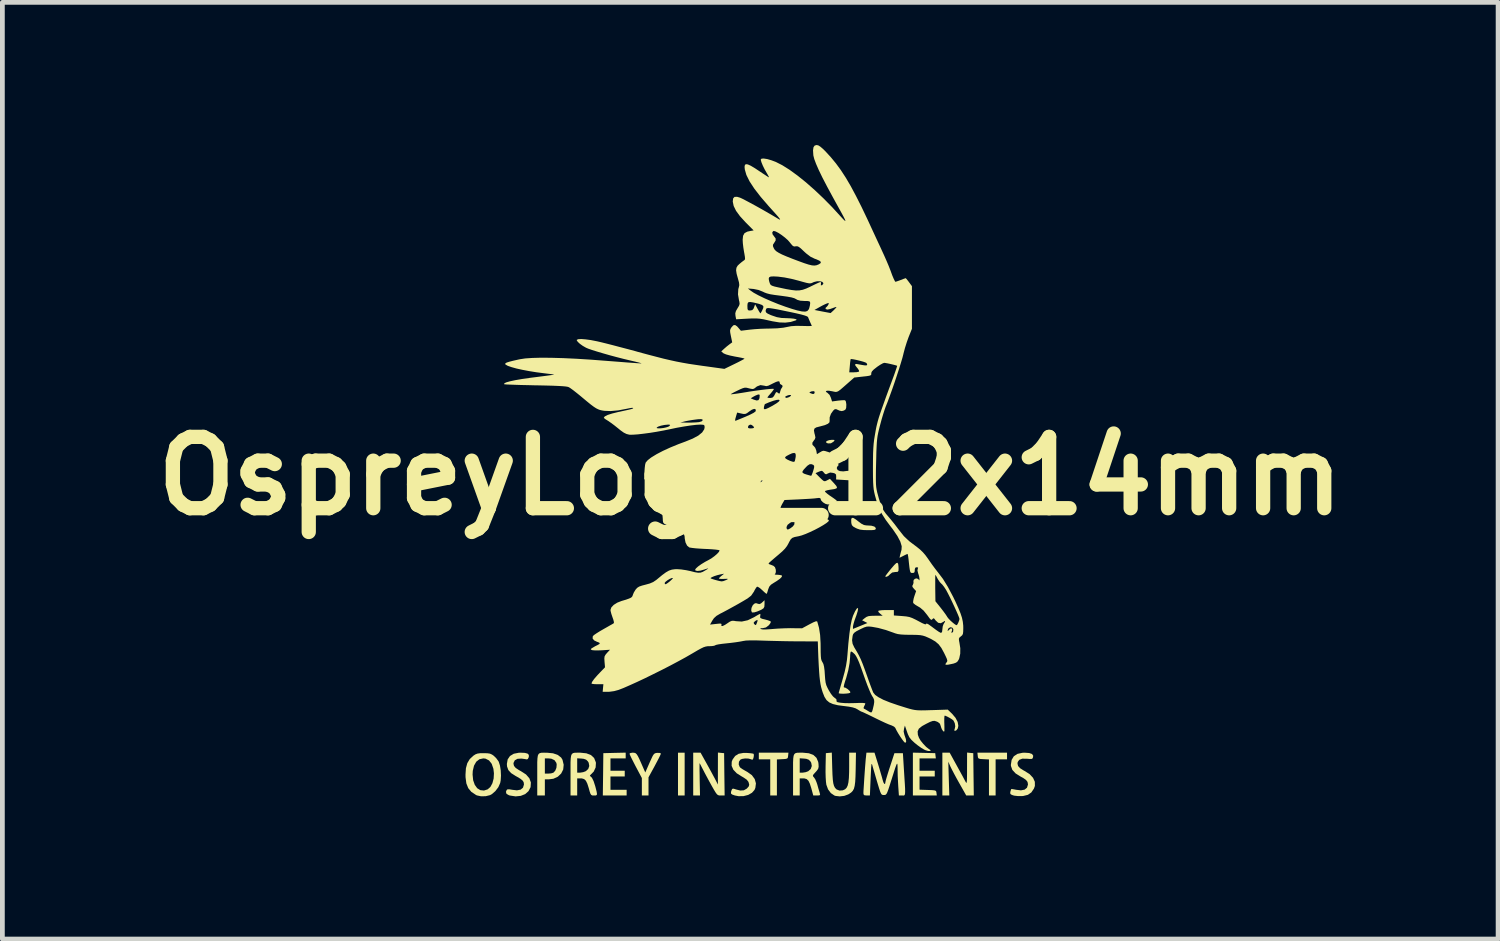
<source format=kicad_pcb>
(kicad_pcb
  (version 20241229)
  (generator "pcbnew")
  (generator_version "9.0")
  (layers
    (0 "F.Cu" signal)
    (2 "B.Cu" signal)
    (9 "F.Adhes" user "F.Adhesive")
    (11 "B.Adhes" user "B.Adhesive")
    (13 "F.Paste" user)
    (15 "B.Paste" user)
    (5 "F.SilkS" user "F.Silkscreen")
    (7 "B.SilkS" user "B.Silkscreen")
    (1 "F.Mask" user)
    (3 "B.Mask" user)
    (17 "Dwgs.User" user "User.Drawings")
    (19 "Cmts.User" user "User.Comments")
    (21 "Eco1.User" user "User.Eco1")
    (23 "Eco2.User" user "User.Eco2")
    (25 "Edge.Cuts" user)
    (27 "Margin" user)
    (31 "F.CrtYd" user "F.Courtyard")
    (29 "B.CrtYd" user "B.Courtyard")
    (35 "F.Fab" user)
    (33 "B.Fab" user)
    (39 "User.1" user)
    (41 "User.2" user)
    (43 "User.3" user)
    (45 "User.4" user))
  (footprint "OspreyLogo_12x14mm"
    (layer "F.Cu")
    (at 12.729 6.96)
    (property "Reference" "OspreyLogo_12x14mm" (at 0 0 0) (layer "F.SilkS") (effects (font (size 1.5 1.5) (thickness 0.3))))
    (attr board_only exclude_from_pos_files exclude_from_bom)
    (fp_poly (pts (xy -1.38 6.27) (xy -1.38 6.72) (xy -1.45 6.72) (xy -1.52 6.72) (xy -1.52 6.27) (xy -1.52 5.82) (xy -1.45 5.82) (xy -1.38 5.82)) (stroke (width 0) (type solid)) (fill yes) (layer "F.SilkS"))
    (fp_poly (pts (xy 1.765 -0.758) (xy 1.773 -0.749) (xy 1.752 -0.722) (xy 1.75 -0.72) (xy 1.695 -0.686) (xy 1.633 -0.685) (xy 1.602 -0.698) (xy 1.592 -0.718) (xy 1.614 -0.737) (xy 1.658 -0.753) (xy 1.716 -0.76) (xy 1.722 -0.76)) (stroke (width 0) (type solid)) (fill yes) (layer "F.SilkS"))
    (fp_poly (pts (xy 1.929 0.588) (xy 1.974 0.606) (xy 2.009 0.627) (xy 2.02 0.64) (xy 2.003 0.659) (xy 1.962 0.679) (xy 1.912 0.695) (xy 1.874 0.7) (xy 1.824 0.69) (xy 1.8 0.679) (xy 1.783 0.661) (xy 1.795 0.64) (xy 1.817 0.62) (xy 1.859 0.591) (xy 1.891 0.58)) (stroke (width 0) (type solid)) (fill yes) (layer "F.SilkS"))
    (fp_poly (pts (xy 0.796 5.885) (xy 0.791 5.922) (xy 0.777 5.942) (xy 0.745 5.951) (xy 0.684 5.956) (xy 0.675 5.956) (xy 0.56 5.962) (xy 0.56 6.341) (xy 0.56 6.72) (xy 0.49 6.72) (xy 0.42 6.72) (xy 0.42 6.34) (xy 0.42 5.96) (xy 0.3 5.96) (xy 0.18 5.96) (xy 0.18 5.89) (xy 0.18 5.82) (xy 0.491 5.82) (xy 0.803 5.82)) (stroke (width 0) (type solid)) (fill yes) (layer "F.SilkS"))
    (fp_poly (pts (xy 5.4 5.89) (xy 5.4 5.96) (xy 5.28 5.96) (xy 5.16 5.96) (xy 5.16 6.34) (xy 5.16 6.72) (xy 5.09 6.72) (xy 5.02 6.72) (xy 5.02 6.341) (xy 5.02 5.962) (xy 4.905 5.956) (xy 4.84 5.952) (xy 4.805 5.943) (xy 4.79 5.924) (xy 4.784 5.89) (xy 4.784 5.885) (xy 4.777 5.82) (xy 5.089 5.82) (xy 5.4 5.82)) (stroke (width 0) (type solid)) (fill yes) (layer "F.SilkS"))
    (fp_poly (pts (xy 0.3 2.696) (xy 0.296 2.751) (xy 0.278 2.784) (xy 0.235 2.812) (xy 0.225 2.817) (xy 0.148 2.85) (xy 0.084 2.869) (xy 0.042 2.871) (xy 0.033 2.866) (xy 0.02 2.828) (xy 0.026 2.775) (xy 0.05 2.723) (xy 0.062 2.708) (xy 0.098 2.678) (xy 0.132 2.677) (xy 0.152 2.685) (xy 0.191 2.695) (xy 0.225 2.681) (xy 0.25 2.66) (xy 0.3 2.613)) (stroke (width 0) (type solid)) (fill yes) (layer "F.SilkS"))
    (fp_poly (pts (xy 3.111 1.85) (xy 3.117 1.906) (xy 3.119 1.945) (xy 3.117 1.994) (xy 3.103 2.015) (xy 3.064 2.02) (xy 3.048 2.02) (xy 2.984 2.031) (xy 2.937 2.069) (xy 2.936 2.07) (xy 2.903 2.102) (xy 2.868 2.12) (xy 2.844 2.119) (xy 2.84 2.11) (xy 2.852 2.091) (xy 2.884 2.048) (xy 2.93 1.99) (xy 2.964 1.948) (xy 3.027 1.875) (xy 3.069 1.834) (xy 3.096 1.826)) (stroke (width 0) (type solid)) (fill yes) (layer "F.SilkS"))
    (fp_poly (pts (xy -2.62 5.879) (xy -2.62 5.94) (xy -2.78 5.94) (xy -2.94 5.94) (xy -2.94 6.07) (xy -2.94 6.2) (xy -2.79 6.2) (xy -2.64 6.2) (xy -2.64 6.26) (xy -2.64 6.32) (xy -2.79 6.32) (xy -2.94 6.32) (xy -2.94 6.46) (xy -2.94 6.6) (xy -2.77 6.6) (xy -2.6 6.6) (xy -2.6 6.66) (xy -2.6 6.72) (xy -2.85 6.72) (xy -3.101 6.72) (xy -3.095 6.275) (xy -3.09 5.83) (xy -2.855 5.824) (xy -2.62 5.819)) (stroke (width 0) (type solid)) (fill yes) (layer "F.SilkS"))
    (fp_poly (pts (xy 2.168 0.883) (xy 2.22 0.915) (xy 2.264 0.949) (xy 2.334 1.002) (xy 2.389 1.031) (xy 2.439 1.04) (xy 2.445 1.04) (xy 2.545 1.046) (xy 2.61 1.064) (xy 2.639 1.093) (xy 2.64 1.103) (xy 2.636 1.121) (xy 2.619 1.132) (xy 2.582 1.138) (xy 2.515 1.14) (xy 2.474 1.14) (xy 2.378 1.137) (xy 2.307 1.128) (xy 2.248 1.108) (xy 2.219 1.095) (xy 2.165 1.064) (xy 2.137 1.034) (xy 2.126 0.993) (xy 2.124 0.972) (xy 2.123 0.911) (xy 2.137 0.881)) (stroke (width 0) (type solid)) (fill yes) (layer "F.SilkS"))
    (fp_poly (pts (xy 3.655 5.824) (xy 3.89 5.83) (xy 3.896 5.885) (xy 3.903 5.94) (xy 3.731 5.94) (xy 3.56 5.94) (xy 3.56 6.07) (xy 3.56 6.2) (xy 3.72 6.2) (xy 3.88 6.2) (xy 3.88 6.26) (xy 3.88 6.32) (xy 3.72 6.32) (xy 3.56 6.32) (xy 3.56 6.459) (xy 3.56 6.598) (xy 3.735 6.604) (xy 3.819 6.607) (xy 3.871 6.612) (xy 3.899 6.621) (xy 3.911 6.636) (xy 3.916 6.662) (xy 3.916 6.665) (xy 3.923 6.72) (xy 3.671 6.72) (xy 3.42 6.72) (xy 3.42 6.269) (xy 3.42 5.819)) (stroke (width 0) (type solid)) (fill yes) (layer "F.SilkS"))
    (fp_poly (pts (xy 4.625 5.824) (xy 4.69 5.83) (xy 4.695 6.275) (xy 4.701 6.72) (xy 4.622 6.72) (xy 4.542 6.72) (xy 4.398 6.465) (xy 4.342 6.365) (xy 4.289 6.267) (xy 4.245 6.183) (xy 4.214 6.121) (xy 4.209 6.11) (xy 4.165 6.01) (xy 4.175 6.365) (xy 4.186 6.72) (xy 4.113 6.72) (xy 4.04 6.72) (xy 4.04 6.27) (xy 4.04 5.82) (xy 4.117 5.82) (xy 4.194 5.82) (xy 4.345 6.095) (xy 4.4 6.195) (xy 4.45 6.286) (xy 4.491 6.362) (xy 4.519 6.415) (xy 4.527 6.43) (xy 4.539 6.45) (xy 4.547 6.455) (xy 4.552 6.442) (xy 4.556 6.405) (xy 4.558 6.341) (xy 4.559 6.245) (xy 4.559 6.154) (xy 4.56 5.817)) (stroke (width 0) (type solid)) (fill yes) (layer "F.SilkS"))
    (fp_poly (pts (xy -2.439 5.822) (xy -2.413 5.83) (xy -2.39 5.851) (xy -2.364 5.891) (xy -2.333 5.953) (xy -2.292 6.045) (xy -2.271 6.093) (xy -2.208 6.236) (xy -2.119 6.033) (xy -2.079 5.945) (xy -2.051 5.886) (xy -2.028 5.852) (xy -2.006 5.834) (xy -1.979 5.826) (xy -1.954 5.824) (xy -1.903 5.825) (xy -1.88 5.837) (xy -1.88 5.84) (xy -1.889 5.864) (xy -1.914 5.917) (xy -1.952 5.99) (xy -1.998 6.077) (xy -2.01 6.1) (xy -2.14 6.338) (xy -2.14 6.529) (xy -2.14 6.72) (xy -2.21 6.72) (xy -2.28 6.72) (xy -2.28 6.537) (xy -2.28 6.353) (xy -2.41 6.108) (xy -2.457 6.017) (xy -2.497 5.938) (xy -2.525 5.879) (xy -2.539 5.845) (xy -2.54 5.841) (xy -2.522 5.827) (xy -2.479 5.82) (xy -2.471 5.82)) (stroke (width 0) (type solid)) (fill yes) (layer "F.SilkS"))
    (fp_poly (pts (xy -0.615 5.824) (xy -0.55 5.83) (xy -0.545 6.275) (xy -0.539 6.72) (xy -0.618 6.72) (xy -0.652 6.719) (xy -0.678 6.712) (xy -0.702 6.693) (xy -0.73 6.655) (xy -0.767 6.594) (xy -0.806 6.525) (xy -0.861 6.426) (xy -0.917 6.322) (xy -0.967 6.228) (xy -0.989 6.185) (xy -1.024 6.118) (xy -1.05 6.067) (xy -1.065 6.042) (xy -1.066 6.04) (xy -1.067 6.059) (xy -1.067 6.111) (xy -1.067 6.191) (xy -1.065 6.291) (xy -1.064 6.38) (xy -1.057 6.72) (xy -1.129 6.72) (xy -1.2 6.72) (xy -1.2 6.27) (xy -1.2 5.82) (xy -1.122 5.82) (xy -1.045 5.82) (xy -0.914 6.055) (xy -0.86 6.153) (xy -0.808 6.248) (xy -0.764 6.33) (xy -0.733 6.388) (xy -0.732 6.39) (xy -0.681 6.49) (xy -0.681 6.154) (xy -0.68 5.817)) (stroke (width 0) (type solid)) (fill yes) (layer "F.SilkS"))
    (fp_poly (pts (xy -4.272 5.821) (xy -4.27 5.821) (xy -4.147 5.833) (xy -4.047 5.868) (xy -3.977 5.923) (xy -3.949 5.969) (xy -3.924 6.074) (xy -3.934 6.173) (xy -3.977 6.258) (xy -4.047 6.325) (xy -4.14 6.368) (xy -4.235 6.38) (xy -4.32 6.38) (xy -4.32 6.55) (xy -4.32 6.72) (xy -4.4 6.72) (xy -4.48 6.72) (xy -4.48 6.282) (xy -4.48 6.135) (xy -4.48 6.1) (xy -4.32 6.1) (xy -4.32 6.26) (xy -4.249 6.26) (xy -4.189 6.255) (xy -4.142 6.241) (xy -4.14 6.24) (xy -4.102 6.2) (xy -4.077 6.138) (xy -4.071 6.071) (xy -4.078 6.034) (xy -4.118 5.977) (xy -4.185 5.946) (xy -4.249 5.94) (xy -4.32 5.94) (xy -4.32 6.1) (xy -4.48 6.1) (xy -4.48 6.022) (xy -4.476 5.94) (xy -4.468 5.883) (xy -4.452 5.848) (xy -4.427 5.829) (xy -4.39 5.821) (xy -4.339 5.82)) (stroke (width 0) (type solid)) (fill yes) (layer "F.SilkS"))
    (fp_poly (pts (xy 1.724 6.144) (xy 1.729 6.282) (xy 1.736 6.387) (xy 1.746 6.463) (xy 1.761 6.518) (xy 1.782 6.558) (xy 1.809 6.587) (xy 1.818 6.594) (xy 1.877 6.617) (xy 1.946 6.612) (xy 1.995 6.589) (xy 2.025 6.559) (xy 2.048 6.513) (xy 2.064 6.446) (xy 2.074 6.353) (xy 2.079 6.23) (xy 2.08 6.115) (xy 2.08 5.82) (xy 2.152 5.82) (xy 2.223 5.82) (xy 2.217 6.175) (xy 2.213 6.321) (xy 2.207 6.432) (xy 2.196 6.516) (xy 2.18 6.578) (xy 2.155 6.623) (xy 2.121 6.658) (xy 2.075 6.689) (xy 2.059 6.698) (xy 1.977 6.728) (xy 1.882 6.739) (xy 1.794 6.729) (xy 1.77 6.721) (xy 1.695 6.67) (xy 1.636 6.591) (xy 1.6 6.493) (xy 1.592 6.432) (xy 1.586 6.341) (xy 1.583 6.232) (xy 1.584 6.116) (xy 1.584 6.11) (xy 1.59 5.83) (xy 1.652 5.824) (xy 1.715 5.818)) (stroke (width 0) (type solid)) (fill yes) (layer "F.SilkS"))
    (fp_poly (pts (xy -4.741 5.824) (xy -4.684 5.839) (xy -4.657 5.866) (xy -4.657 5.907) (xy -4.659 5.915) (xy -4.679 5.954) (xy -4.702 5.961) (xy -4.739 5.954) (xy -4.796 5.946) (xy -4.816 5.944) (xy -4.896 5.949) (xy -4.952 5.98) (xy -4.978 6.032) (xy -4.98 6.052) (xy -4.969 6.098) (xy -4.933 6.141) (xy -4.865 6.186) (xy -4.823 6.209) (xy -4.716 6.278) (xy -4.646 6.358) (xy -4.614 6.446) (xy -4.62 6.542) (xy -4.621 6.546) (xy -4.664 6.629) (xy -4.734 6.691) (xy -4.827 6.728) (xy -4.936 6.739) (xy -5.054 6.721) (xy -5.075 6.715) (xy -5.126 6.686) (xy -5.139 6.645) (xy -5.123 6.604) (xy -5.104 6.59) (xy -5.066 6.59) (xy -5.009 6.6) (xy -4.907 6.612) (xy -4.83 6.597) (xy -4.78 6.556) (xy -4.76 6.491) (xy -4.76 6.482) (xy -4.766 6.441) (xy -4.788 6.406) (xy -4.833 6.369) (xy -4.907 6.325) (xy -4.936 6.309) (xy -5.03 6.249) (xy -5.088 6.185) (xy -5.115 6.11) (xy -5.119 6.057) (xy -5.102 5.961) (xy -5.053 5.889) (xy -4.974 5.842) (xy -4.867 5.821) (xy -4.834 5.82)) (stroke (width 0) (type solid)) (fill yes) (layer "F.SilkS"))
    (fp_poly (pts (xy 5.866 5.827) (xy 5.925 5.847) (xy 5.95 5.882) (xy 5.947 5.914) (xy 5.938 5.939) (xy 5.919 5.951) (xy 5.88 5.952) (xy 5.818 5.947) (xy 5.721 5.946) (xy 5.657 5.97) (xy 5.624 6.017) (xy 5.62 6.052) (xy 5.633 6.101) (xy 5.674 6.146) (xy 5.748 6.193) (xy 5.767 6.203) (xy 5.874 6.27) (xy 5.947 6.348) (xy 5.985 6.432) (xy 5.986 6.519) (xy 5.966 6.575) (xy 5.911 6.656) (xy 5.839 6.706) (xy 5.742 6.73) (xy 5.705 6.733) (xy 5.628 6.732) (xy 5.556 6.724) (xy 5.524 6.716) (xy 5.48 6.697) (xy 5.466 6.673) (xy 5.47 6.642) (xy 5.482 6.601) (xy 5.489 6.584) (xy 5.51 6.585) (xy 5.557 6.593) (xy 5.592 6.6) (xy 5.693 6.612) (xy 5.77 6.597) (xy 5.82 6.556) (xy 5.84 6.491) (xy 5.84 6.482) (xy 5.831 6.434) (xy 5.799 6.393) (xy 5.739 6.351) (xy 5.687 6.323) (xy 5.58 6.256) (xy 5.511 6.181) (xy 5.482 6.098) (xy 5.481 6.073) (xy 5.497 5.971) (xy 5.543 5.895) (xy 5.619 5.845) (xy 5.725 5.822) (xy 5.771 5.82)) (stroke (width 0) (type solid)) (fill yes) (layer "F.SilkS"))
    (fp_poly (pts (xy -5.53 5.832) (xy -5.475 5.84) (xy -5.432 5.859) (xy -5.396 5.884) (xy -5.341 5.938) (xy -5.295 6.001) (xy -5.289 6.014) (xy -5.264 6.091) (xy -5.248 6.193) (xy -5.243 6.302) (xy -5.249 6.403) (xy -5.259 6.456) (xy -5.298 6.545) (xy -5.361 6.628) (xy -5.435 6.692) (xy -5.474 6.713) (xy -5.564 6.735) (xy -5.662 6.737) (xy -5.75 6.718) (xy -5.77 6.708) (xy -5.865 6.645) (xy -5.931 6.566) (xy -5.971 6.466) (xy -5.988 6.338) (xy -5.989 6.28) (xy -5.84 6.28) (xy -5.828 6.399) (xy -5.794 6.496) (xy -5.743 6.567) (xy -5.677 6.608) (xy -5.6 6.616) (xy -5.523 6.591) (xy -5.466 6.541) (xy -5.423 6.462) (xy -5.397 6.363) (xy -5.391 6.254) (xy -5.402 6.159) (xy -5.438 6.054) (xy -5.494 5.983) (xy -5.568 5.945) (xy -5.615 5.94) (xy -5.697 5.958) (xy -5.763 6.01) (xy -5.81 6.093) (xy -5.836 6.202) (xy -5.84 6.28) (xy -5.989 6.28) (xy -5.98 6.146) (xy -5.951 6.04) (xy -5.9 5.955) (xy -5.827 5.886) (xy -5.782 5.856) (xy -5.738 5.839) (xy -5.682 5.831) (xy -5.61 5.83)) (stroke (width 0) (type solid)) (fill yes) (layer "F.SilkS"))
    (fp_poly (pts (xy -0.076 5.825) (xy -0.006 5.83) (xy 0.047 5.837) (xy 0.071 5.844) (xy 0.076 5.871) (xy 0.071 5.917) (xy 0.07 5.918) (xy 0.057 5.959) (xy 0.039 5.968) (xy 0.02 5.96) (xy -0.036 5.944) (xy -0.107 5.941) (xy -0.173 5.951) (xy -0.209 5.967) (xy -0.238 6.01) (xy -0.243 6.067) (xy -0.222 6.12) (xy -0.204 6.139) (xy -0.164 6.166) (xy -0.104 6.201) (xy -0.061 6.225) (xy 0.034 6.293) (xy 0.094 6.375) (xy 0.119 6.465) (xy 0.107 6.56) (xy 0.089 6.603) (xy 0.036 6.663) (xy -0.043 6.708) (xy -0.14 6.733) (xy -0.244 6.735) (xy -0.323 6.72) (xy -0.38 6.7) (xy -0.405 6.679) (xy -0.405 6.647) (xy -0.398 6.622) (xy -0.383 6.586) (xy -0.363 6.575) (xy -0.326 6.584) (xy -0.304 6.592) (xy -0.209 6.616) (xy -0.135 6.611) (xy -0.076 6.577) (xy -0.069 6.571) (xy -0.032 6.529) (xy -0.022 6.493) (xy -0.035 6.444) (xy -0.039 6.432) (xy -0.075 6.387) (xy -0.147 6.338) (xy -0.177 6.321) (xy -0.285 6.253) (xy -0.357 6.177) (xy -0.392 6.096) (xy -0.39 6.011) (xy -0.371 5.962) (xy -0.317 5.888) (xy -0.244 5.843) (xy -0.146 5.825)) (stroke (width 0) (type solid)) (fill yes) (layer "F.SilkS"))
    (fp_poly (pts (xy -3.576 5.82) (xy -3.574 5.82) (xy -3.447 5.833) (xy -3.35 5.87) (xy -3.284 5.932) (xy -3.249 6.019) (xy -3.246 6.035) (xy -3.252 6.13) (xy -3.292 6.217) (xy -3.345 6.271) (xy -3.373 6.299) (xy -3.365 6.314) (xy -3.33 6.347) (xy -3.295 6.418) (xy -3.26 6.526) (xy -3.252 6.557) (xy -3.232 6.636) (xy -3.224 6.684) (xy -3.228 6.709) (xy -3.248 6.719) (xy -3.283 6.72) (xy -3.288 6.72) (xy -3.322 6.719) (xy -3.344 6.709) (xy -3.361 6.684) (xy -3.378 6.635) (xy -3.397 6.565) (xy -3.427 6.471) (xy -3.457 6.41) (xy -3.494 6.375) (xy -3.543 6.361) (xy -3.574 6.36) (xy -3.64 6.36) (xy -3.64 6.54) (xy -3.64 6.72) (xy -3.71 6.72) (xy -3.78 6.72) (xy -3.78 6.282) (xy -3.78 6.135) (xy -3.78 6.089) (xy -3.64 6.089) (xy -3.64 6.24) (xy -3.579 6.24) (xy -3.515 6.23) (xy -3.461 6.21) (xy -3.408 6.163) (xy -3.386 6.1) (xy -3.398 6.032) (xy -3.415 6.003) (xy -3.452 5.967) (xy -3.502 5.949) (xy -3.547 5.944) (xy -3.64 5.938) (xy -3.64 6.089) (xy -3.78 6.089) (xy -3.78 6.022) (xy -3.776 5.94) (xy -3.768 5.884) (xy -3.752 5.848) (xy -3.727 5.829) (xy -3.691 5.821) (xy -3.641 5.82)) (stroke (width 0) (type solid)) (fill yes) (layer "F.SilkS"))
    (fp_poly (pts (xy 1.104 5.82) (xy 1.106 5.82) (xy 1.232 5.832) (xy 1.328 5.868) (xy 1.393 5.929) (xy 1.429 6.015) (xy 1.435 6.056) (xy 1.438 6.117) (xy 1.428 6.159) (xy 1.398 6.201) (xy 1.374 6.228) (xy 1.333 6.272) (xy 1.317 6.299) (xy 1.322 6.32) (xy 1.341 6.341) (xy 1.367 6.38) (xy 1.394 6.443) (xy 1.411 6.494) (xy 1.431 6.568) (xy 1.451 6.633) (xy 1.46 6.665) (xy 1.469 6.701) (xy 1.459 6.716) (xy 1.42 6.72) (xy 1.401 6.72) (xy 1.325 6.72) (xy 1.283 6.565) (xy 1.253 6.471) (xy 1.223 6.41) (xy 1.186 6.375) (xy 1.137 6.361) (xy 1.106 6.36) (xy 1.04 6.36) (xy 1.04 6.54) (xy 1.04 6.72) (xy 0.97 6.72) (xy 0.9 6.72) (xy 0.9 6.282) (xy 0.9 6.135) (xy 0.9 6.089) (xy 1.04 6.089) (xy 1.04 6.24) (xy 1.101 6.24) (xy 1.165 6.23) (xy 1.219 6.21) (xy 1.272 6.163) (xy 1.294 6.1) (xy 1.282 6.032) (xy 1.265 6.003) (xy 1.228 5.967) (xy 1.178 5.949) (xy 1.133 5.944) (xy 1.04 5.938) (xy 1.04 6.089) (xy 0.9 6.089) (xy 0.9 6.022) (xy 0.904 5.94) (xy 0.912 5.884) (xy 0.928 5.848) (xy 0.953 5.829) (xy 0.989 5.821) (xy 1.039 5.82)) (stroke (width 0) (type solid)) (fill yes) (layer "F.SilkS"))
    (fp_poly (pts (xy 2.686 6.055) (xy 2.717 6.157) (xy 2.745 6.254) (xy 2.769 6.335) (xy 2.782 6.385) (xy 2.8 6.443) (xy 2.819 6.475) (xy 2.834 6.478) (xy 2.841 6.447) (xy 2.841 6.445) (xy 2.847 6.414) (xy 2.864 6.353) (xy 2.889 6.27) (xy 2.92 6.171) (xy 2.937 6.12) (xy 3.032 5.83) (xy 3.121 5.83) (xy 3.21 5.83) (xy 3.233 6.2) (xy 3.243 6.358) (xy 3.251 6.48) (xy 3.256 6.571) (xy 3.257 6.636) (xy 3.255 6.679) (xy 3.249 6.705) (xy 3.239 6.717) (xy 3.225 6.721) (xy 3.205 6.72) (xy 3.193 6.72) (xy 3.126 6.72) (xy 3.113 6.537) (xy 3.107 6.427) (xy 3.101 6.304) (xy 3.099 6.194) (xy 3.099 6.182) (xy 3.098 6.117) (xy 3.096 6.073) (xy 3.091 6.052) (xy 3.082 6.056) (xy 3.068 6.088) (xy 3.045 6.151) (xy 3.015 6.246) (xy 2.974 6.376) (xy 2.966 6.4) (xy 2.93 6.515) (xy 2.903 6.597) (xy 2.882 6.653) (xy 2.865 6.686) (xy 2.849 6.703) (xy 2.831 6.709) (xy 2.81 6.71) (xy 2.785 6.709) (xy 2.766 6.701) (xy 2.75 6.68) (xy 2.733 6.641) (xy 2.711 6.576) (xy 2.682 6.48) (xy 2.676 6.46) (xy 2.645 6.355) (xy 2.616 6.254) (xy 2.591 6.169) (xy 2.574 6.11) (xy 2.574 6.11) (xy 2.565 6.076) (xy 2.557 6.057) (xy 2.551 6.058) (xy 2.547 6.083) (xy 2.542 6.135) (xy 2.538 6.219) (xy 2.532 6.338) (xy 2.531 6.365) (xy 2.516 6.72) (xy 2.448 6.72) (xy 2.402 6.716) (xy 2.383 6.698) (xy 2.38 6.669) (xy 2.381 6.625) (xy 2.386 6.55) (xy 2.392 6.453) (xy 2.399 6.343) (xy 2.407 6.228) (xy 2.415 6.119) (xy 2.423 6.022) (xy 2.429 5.948) (xy 2.432 5.925) (xy 2.443 5.82) (xy 2.528 5.82) (xy 2.613 5.82)) (stroke (width 0) (type solid)) (fill yes) (layer "F.SilkS"))
    (fp_poly (pts (xy 1.432 -6.952) (xy 1.476 -6.924) (xy 1.535 -6.873) (xy 1.583 -6.825) (xy 1.695 -6.703) (xy 1.802 -6.573) (xy 1.906 -6.431) (xy 2.009 -6.273) (xy 2.114 -6.094) (xy 2.223 -5.89) (xy 2.34 -5.658) (xy 2.467 -5.392) (xy 2.491 -5.34) (xy 2.551 -5.21) (xy 2.62 -5.061) (xy 2.69 -4.91) (xy 2.754 -4.773) (xy 2.764 -4.75) (xy 2.816 -4.637) (xy 2.865 -4.526) (xy 2.908 -4.425) (xy 2.939 -4.346) (xy 2.95 -4.318) (xy 2.984 -4.224) (xy 3.016 -4.148) (xy 3.042 -4.096) (xy 3.05 -4.084) (xy 3.07 -4.088) (xy 3.115 -4.103) (xy 3.158 -4.119) (xy 3.216 -4.142) (xy 3.257 -4.156) (xy 3.269 -4.16) (xy 3.284 -4.145) (xy 3.314 -4.108) (xy 3.338 -4.076) (xy 3.4 -3.992) (xy 3.4 -3.544) (xy 3.4 -3.095) (xy 3.329 -2.918) (xy 3.291 -2.811) (xy 3.253 -2.69) (xy 3.223 -2.577) (xy 3.219 -2.559) (xy 3.2 -2.485) (xy 3.169 -2.381) (xy 3.13 -2.255) (xy 3.084 -2.114) (xy 3.035 -1.967) (xy 2.984 -1.82) (xy 2.934 -1.682) (xy 2.889 -1.559) (xy 2.85 -1.461) (xy 2.848 -1.457) (xy 2.826 -1.395) (xy 2.797 -1.305) (xy 2.765 -1.199) (xy 2.735 -1.087) (xy 2.73 -1.069) (xy 2.708 -0.983) (xy 2.691 -0.91) (xy 2.678 -0.845) (xy 2.669 -0.779) (xy 2.662 -0.706) (xy 2.657 -0.617) (xy 2.652 -0.506) (xy 2.649 -0.366) (xy 2.647 -0.292) (xy 2.643 -0.13) (xy 2.642 -0.003) (xy 2.642 0.097) (xy 2.644 0.174) (xy 2.649 0.235) (xy 2.657 0.286) (xy 2.667 0.333) (xy 2.668 0.34) (xy 2.705 0.476) (xy 2.738 0.58) (xy 2.77 0.662) (xy 2.807 0.73) (xy 2.851 0.792) (xy 2.897 0.846) (xy 2.961 0.922) (xy 3.036 1.015) (xy 3.107 1.109) (xy 3.13 1.139) (xy 3.231 1.266) (xy 3.34 1.369) (xy 3.4 1.415) (xy 3.499 1.489) (xy 3.573 1.549) (xy 3.631 1.605) (xy 3.682 1.664) (xy 3.734 1.735) (xy 3.765 1.78) (xy 3.823 1.863) (xy 3.886 1.948) (xy 3.941 2.019) (xy 3.95 2.03) (xy 4.053 2.166) (xy 4.157 2.335) (xy 4.265 2.539) (xy 4.312 2.636) (xy 4.375 2.775) (xy 4.421 2.887) (xy 4.452 2.981) (xy 4.47 3.065) (xy 4.479 3.147) (xy 4.48 3.202) (xy 4.478 3.276) (xy 4.472 3.322) (xy 4.456 3.351) (xy 4.429 3.374) (xy 4.398 3.4) (xy 4.387 3.427) (xy 4.392 3.471) (xy 4.398 3.501) (xy 4.417 3.622) (xy 4.416 3.737) (xy 4.396 3.832) (xy 4.385 3.86) (xy 4.36 3.901) (xy 4.328 3.926) (xy 4.277 3.945) (xy 4.232 3.955) (xy 4.156 3.97) (xy 4.114 3.971) (xy 4.103 3.958) (xy 4.122 3.929) (xy 4.126 3.924) (xy 4.14 3.905) (xy 4.144 3.882) (xy 4.135 3.848) (xy 4.111 3.794) (xy 4.076 3.722) (xy 4.019 3.617) (xy 3.961 3.54) (xy 3.892 3.481) (xy 3.801 3.428) (xy 3.739 3.399) (xy 3.681 3.374) (xy 3.63 3.358) (xy 3.576 3.348) (xy 3.509 3.343) (xy 3.417 3.341) (xy 3.366 3.341) (xy 3.252 3.339) (xy 3.168 3.334) (xy 3.103 3.325) (xy 3.048 3.31) (xy 3.016 3.298) (xy 2.852 3.24) (xy 2.69 3.196) (xy 2.557 3.172) (xy 2.495 3.166) (xy 2.447 3.169) (xy 2.396 3.185) (xy 2.329 3.216) (xy 2.305 3.228) (xy 2.232 3.266) (xy 2.188 3.297) (xy 2.164 3.327) (xy 2.153 3.361) (xy 2.141 3.454) (xy 2.152 3.53) (xy 2.188 3.607) (xy 2.2 3.626) (xy 2.246 3.703) (xy 2.286 3.776) (xy 2.324 3.855) (xy 2.362 3.947) (xy 2.405 4.062) (xy 2.453 4.196) (xy 2.491 4.304) (xy 2.527 4.402) (xy 2.558 4.484) (xy 2.58 4.539) (xy 2.588 4.557) (xy 2.627 4.605) (xy 2.697 4.654) (xy 2.798 4.707) (xy 2.934 4.762) (xy 3.105 4.821) (xy 3.264 4.871) (xy 3.343 4.895) (xy 3.406 4.911) (xy 3.463 4.922) (xy 3.521 4.928) (xy 3.591 4.93) (xy 3.682 4.929) (xy 3.803 4.925) (xy 3.816 4.925) (xy 4.153 4.914) (xy 4.245 5.002) (xy 4.317 5.087) (xy 4.362 5.174) (xy 4.376 5.255) (xy 4.364 5.31) (xy 4.337 5.347) (xy 4.31 5.36) (xy 4.289 5.353) (xy 4.297 5.326) (xy 4.3 5.32) (xy 4.311 5.266) (xy 4.301 5.2) (xy 4.274 5.144) (xy 4.274 5.144) (xy 4.245 5.12) (xy 4.197 5.09) (xy 4.145 5.062) (xy 4.102 5.043) (xy 4.089 5.04) (xy 4.083 5.058) (xy 4.08 5.107) (xy 4.08 5.177) (xy 4.081 5.195) (xy 4.083 5.271) (xy 4.083 5.331) (xy 4.083 5.365) (xy 4.083 5.367) (xy 4.072 5.378) (xy 4.052 5.361) (xy 4.029 5.326) (xy 4.012 5.282) (xy 4.008 5.266) (xy 3.989 5.211) (xy 3.948 5.177) (xy 3.927 5.167) (xy 3.88 5.151) (xy 3.84 5.152) (xy 3.788 5.17) (xy 3.774 5.176) (xy 3.702 5.212) (xy 3.625 5.254) (xy 3.605 5.267) (xy 3.545 5.316) (xy 3.52 5.373) (xy 3.525 5.444) (xy 3.548 5.507) (xy 3.582 5.565) (xy 3.637 5.633) (xy 3.699 5.698) (xy 3.757 5.744) (xy 3.769 5.751) (xy 3.795 5.769) (xy 3.786 5.781) (xy 3.775 5.785) (xy 3.739 5.784) (xy 3.684 5.767) (xy 3.656 5.754) (xy 3.595 5.718) (xy 3.522 5.666) (xy 3.455 5.612) (xy 3.39 5.551) (xy 3.346 5.496) (xy 3.315 5.432) (xy 3.297 5.382) (xy 3.252 5.25) (xy 3.234 5.314) (xy 3.226 5.376) (xy 3.242 5.445) (xy 3.247 5.459) (xy 3.273 5.535) (xy 3.279 5.586) (xy 3.267 5.609) (xy 3.251 5.608) (xy 3.23 5.587) (xy 3.195 5.541) (xy 3.153 5.48) (xy 3.111 5.413) (xy 3.075 5.35) (xy 3.051 5.301) (xy 3.05 5.298) (xy 3.024 5.272) (xy 2.976 5.248) (xy 2.959 5.242) (xy 2.913 5.225) (xy 2.839 5.193) (xy 2.749 5.151) (xy 2.65 5.103) (xy 2.622 5.089) (xy 2.528 5.043) (xy 2.448 5.005) (xy 2.387 4.976) (xy 2.352 4.961) (xy 2.347 4.96) (xy 2.323 4.95) (xy 2.279 4.924) (xy 2.261 4.912) (xy 2.215 4.887) (xy 2.156 4.868) (xy 2.075 4.852) (xy 1.98 4.84) (xy 1.843 4.822) (xy 1.739 4.797) (xy 1.662 4.763) (xy 1.604 4.714) (xy 1.56 4.645) (xy 1.523 4.551) (xy 1.506 4.497) (xy 1.49 4.439) (xy 1.477 4.376) (xy 1.466 4.304) (xy 1.456 4.216) (xy 1.448 4.11) (xy 1.44 3.979) (xy 1.432 3.82) (xy 1.425 3.628) (xy 1.422 3.525) (xy 1.42 3.48) (xy 1.015 3.478) (xy 0.861 3.477) (xy 0.691 3.474) (xy 0.52 3.47) (xy 0.364 3.466) (xy 0.27 3.463) (xy 0.115 3.458) (xy -0.005 3.458) (xy -0.094 3.462) (xy -0.157 3.472) (xy -0.165 3.474) (xy -0.224 3.485) (xy -0.31 3.498) (xy -0.412 3.511) (xy -0.495 3.52) (xy -0.587 3.53) (xy -0.664 3.541) (xy -0.716 3.552) (xy -0.737 3.561) (xy -0.759 3.571) (xy -0.808 3.578) (xy -0.853 3.58) (xy -0.897 3.581) (xy -0.938 3.588) (xy -0.982 3.602) (xy -1.036 3.628) (xy -1.109 3.668) (xy -1.206 3.725) (xy -1.23 3.739) (xy -1.36 3.814) (xy -1.512 3.897) (xy -1.679 3.986) (xy -1.856 4.077) (xy -2.037 4.167) (xy -2.214 4.254) (xy -2.382 4.333) (xy -2.535 4.402) (xy -2.665 4.459) (xy -2.768 4.499) (xy -2.778 4.502) (xy -2.863 4.525) (xy -2.956 4.538) (xy -2.995 4.54) (xy -3.104 4.54) (xy -3.097 4.46) (xy -3.089 4.38) (xy -3.214 4.38) (xy -3.279 4.378) (xy -3.325 4.372) (xy -3.34 4.364) (xy -3.325 4.328) (xy -3.283 4.269) (xy -3.215 4.191) (xy -3.164 4.137) (xy -3.055 4.024) (xy -3.065 3.907) (xy -3.069 3.839) (xy -3.064 3.795) (xy -3.044 3.759) (xy -3.013 3.722) (xy -2.95 3.655) (xy -3.12 3.666) (xy -3.203 3.669) (xy -3.274 3.668) (xy -3.321 3.664) (xy -3.329 3.662) (xy -3.354 3.649) (xy -3.349 3.635) (xy -3.319 3.615) (xy -3.262 3.581) (xy -3.215 3.558) (xy -3.171 3.533) (xy -3.166 3.513) (xy -3.2 3.495) (xy -3.223 3.488) (xy -3.284 3.458) (xy -3.316 3.418) (xy -3.312 3.373) (xy -3.308 3.366) (xy -3.283 3.343) (xy -3.23 3.307) (xy -3.158 3.262) (xy -3.083 3.219) (xy -3.002 3.173) (xy -2.934 3.134) (xy -2.919 3.126) (xy -0.846 3.126) (xy -0.72 3.112) (xy -0.652 3.105) (xy -0.616 3.106) (xy -0.604 3.115) (xy -0.607 3.129) (xy -0.607 3.155) (xy -0.581 3.156) (xy -0.532 3.132) (xy -0.48 3.098) (xy -0.454 3.08) (xy 0.073 3.08) (xy 0.076 3.105) (xy 0.081 3.112) (xy 0.106 3.136) (xy 0.122 3.13) (xy 0.14 3.09) (xy 0.141 3.087) (xy 0.155 3.042) (xy 0.146 3.028) (xy 0.113 3.045) (xy 0.103 3.052) (xy 0.073 3.08) (xy -0.454 3.08) (xy -0.426 3.062) (xy -0.385 3.046) (xy -0.339 3.047) (xy -0.302 3.054) (xy -0.178 3.062) (xy -0.054 3.035) (xy 0.075 2.973) (xy 0.079 2.971) (xy 0.139 2.935) (xy 0.185 2.91) (xy 0.208 2.9) (xy 0.208 2.9) (xy 0.214 2.916) (xy 0.209 2.947) (xy 0.206 2.974) (xy 0.219 2.991) (xy 0.257 3.006) (xy 0.308 3.018) (xy 0.371 3.035) (xy 0.417 3.052) (xy 0.432 3.063) (xy 0.427 3.089) (xy 0.4 3.128) (xy 0.388 3.142) (xy 0.33 3.186) (xy 0.264 3.201) (xy 0.261 3.201) (xy 0.218 3.203) (xy 0.211 3.211) (xy 0.223 3.22) (xy 0.262 3.228) (xy 0.336 3.228) (xy 0.442 3.221) (xy 0.463 3.219) (xy 0.582 3.21) (xy 0.716 3.204) (xy 0.844 3.201) (xy 0.88 3.202) (xy 1.09 3.204) (xy 1.245 3.12) (xy 1.325 3.079) (xy 1.377 3.058) (xy 1.403 3.057) (xy 1.409 3.063) (xy 1.446 3.195) (xy 1.469 3.343) (xy 1.479 3.515) (xy 1.48 3.599) (xy 1.481 3.71) (xy 1.484 3.789) (xy 1.489 3.843) (xy 1.499 3.881) (xy 1.514 3.91) (xy 1.518 3.916) (xy 1.538 3.955) (xy 1.552 4.013) (xy 1.563 4.097) (xy 1.568 4.174) (xy 1.575 4.272) (xy 1.584 4.343) (xy 1.599 4.4) (xy 1.624 4.456) (xy 1.653 4.511) (xy 1.697 4.582) (xy 1.74 4.637) (xy 1.774 4.666) (xy 1.811 4.696) (xy 1.814 4.723) (xy 1.815 4.744) (xy 1.837 4.758) (xy 1.888 4.768) (xy 1.914 4.771) (xy 1.985 4.777) (xy 2.079 4.779) (xy 2.18 4.777) (xy 2.222 4.776) (xy 2.306 4.773) (xy 2.372 4.774) (xy 2.412 4.779) (xy 2.42 4.783) (xy 2.411 4.812) (xy 2.395 4.843) (xy 2.382 4.88) (xy 2.39 4.893) (xy 2.419 4.908) (xy 2.464 4.935) (xy 2.47 4.939) (xy 2.521 4.969) (xy 2.549 4.973) (xy 2.565 4.947) (xy 2.577 4.905) (xy 2.598 4.816) (xy 2.607 4.754) (xy 2.604 4.709) (xy 2.588 4.668) (xy 2.562 4.627) (xy 2.538 4.582) (xy 2.505 4.506) (xy 2.465 4.408) (xy 2.423 4.295) (xy 2.381 4.177) (xy 2.331 4.035) (xy 2.29 3.925) (xy 2.255 3.845) (xy 2.225 3.788) (xy 2.198 3.75) (xy 2.194 3.746) (xy 2.154 3.709) (xy 2.124 3.692) (xy 2.117 3.692) (xy 2.107 3.716) (xy 2.101 3.767) (xy 2.1 3.806) (xy 2.089 3.934) (xy 2.061 4.087) (xy 2.016 4.254) (xy 1.996 4.313) (xy 1.975 4.384) (xy 1.966 4.431) (xy 1.97 4.447) (xy 1.971 4.447) (xy 2 4.453) (xy 2.043 4.479) (xy 2.059 4.492) (xy 2.098 4.529) (xy 2.105 4.553) (xy 2.096 4.563) (xy 2.066 4.571) (xy 2.014 4.577) (xy 1.955 4.58) (xy 1.901 4.578) (xy 1.866 4.573) (xy 1.86 4.568) (xy 1.865 4.546) (xy 1.88 4.493) (xy 1.902 4.415) (xy 1.93 4.32) (xy 1.943 4.273) (xy 1.985 4.121) (xy 2.014 3.992) (xy 2.033 3.871) (xy 2.043 3.77) (xy 2.063 3.524) (xy 2.085 3.319) (xy 2.108 3.153) (xy 2.134 3.026) (xy 2.161 2.94) (xy 2.203 2.848) (xy 2.237 2.793) (xy 2.259 2.775) (xy 2.268 2.792) (xy 2.259 2.844) (xy 2.232 2.931) (xy 2.222 2.958) (xy 2.193 3.038) (xy 2.172 3.109) (xy 2.161 3.159) (xy 2.16 3.168) (xy 2.16 3.217) (xy 2.312 3.155) (xy 2.464 3.093) (xy 2.408 3.064) (xy 2.352 3.035) (xy 2.411 2.987) (xy 2.447 2.963) (xy 2.488 2.948) (xy 2.545 2.942) (xy 2.628 2.94) (xy 2.785 2.94) (xy 2.733 2.898) (xy 2.7 2.866) (xy 2.69 2.84) (xy 2.691 2.838) (xy 2.715 2.83) (xy 2.769 2.823) (xy 2.841 2.82) (xy 2.861 2.82) (xy 3.02 2.82) (xy 3.02 2.877) (xy 3.02 2.934) (xy 3.191 2.946) (xy 3.278 2.954) (xy 3.345 2.966) (xy 3.407 2.988) (xy 3.48 3.023) (xy 3.531 3.05) (xy 3.612 3.093) (xy 3.664 3.116) (xy 3.692 3.121) (xy 3.7 3.11) (xy 3.7 3.11) (xy 3.712 3.103) (xy 3.749 3.121) (xy 3.813 3.167) (xy 3.842 3.189) (xy 3.908 3.238) (xy 3.965 3.277) (xy 4.003 3.298) (xy 4.012 3.3) (xy 4.033 3.283) (xy 4.037 3.253) (xy 4.149 3.253) (xy 4.16 3.257) (xy 4.186 3.231) (xy 4.19 3.227) (xy 4.22 3.204) (xy 4.243 3.213) (xy 4.246 3.245) (xy 4.239 3.261) (xy 4.23 3.292) (xy 4.237 3.3) (xy 4.26 3.284) (xy 4.267 3.27) (xy 4.271 3.222) (xy 4.249 3.191) (xy 4.213 3.181) (xy 4.175 3.199) (xy 4.16 3.22) (xy 4.149 3.253) (xy 4.037 3.253) (xy 4.04 3.23) (xy 4.04 3.224) (xy 4.048 3.163) (xy 4.066 3.113) (xy 4.069 3.109) (xy 4.094 3.069) (xy 4.097 3.049) (xy 4.077 3.056) (xy 4.063 3.067) (xy 4.007 3.097) (xy 3.952 3.088) (xy 3.9 3.04) (xy 3.899 3.039) (xy 3.87 3.001) (xy 3.851 2.993) (xy 3.832 3.01) (xy 3.831 3.012) (xy 3.816 3.026) (xy 3.798 3.022) (xy 3.772 2.995) (xy 3.732 2.94) (xy 3.718 2.921) (xy 3.645 2.831) (xy 3.573 2.77) (xy 3.534 2.747) (xy 3.478 2.714) (xy 3.438 2.683) (xy 3.426 2.668) (xy 3.426 2.633) (xy 3.437 2.575) (xy 3.451 2.529) (xy 3.488 2.421) (xy 3.441 2.371) (xy 3.411 2.333) (xy 3.409 2.306) (xy 3.419 2.292) (xy 3.434 2.249) (xy 3.432 2.228) (xy 3.89 2.228) (xy 3.89 2.323) (xy 3.89 2.357) (xy 3.894 2.635) (xy 4.004 2.772) (xy 4.058 2.842) (xy 4.105 2.906) (xy 4.137 2.954) (xy 4.142 2.964) (xy 4.169 2.999) (xy 4.212 3.044) (xy 4.263 3.089) (xy 4.308 3.124) (xy 4.339 3.139) (xy 4.34 3.139) (xy 4.355 3.124) (xy 4.375 3.086) (xy 4.393 3.039) (xy 4.4 3.007) (xy 4.392 2.978) (xy 4.369 2.92) (xy 4.335 2.842) (xy 4.294 2.752) (xy 4.249 2.656) (xy 4.204 2.562) (xy 4.162 2.479) (xy 4.127 2.413) (xy 4.118 2.397) (xy 4.078 2.335) (xy 4.04 2.286) (xy 4.017 2.264) (xy 3.985 2.23) (xy 3.949 2.176) (xy 3.939 2.159) (xy 3.914 2.111) (xy 3.896 2.083) (xy 3.893 2.08) (xy 3.891 2.099) (xy 3.89 2.15) (xy 3.89 2.228) (xy 3.432 2.228) (xy 3.431 2.224) (xy 3.436 2.188) (xy 3.465 2.162) (xy 3.503 2.154) (xy 3.535 2.171) (xy 3.539 2.176) (xy 3.554 2.196) (xy 3.559 2.181) (xy 3.559 2.164) (xy 3.552 2.114) (xy 3.534 2.055) (xy 3.532 2.053) (xy 3.516 1.986) (xy 3.523 1.953) (xy 3.53 1.927) (xy 3.504 1.92) (xy 3.501 1.92) (xy 3.471 1.929) (xy 3.46 1.963) (xy 3.46 1.98) (xy 3.455 2.023) (xy 3.432 2.039) (xy 3.411 2.04) (xy 3.391 2.039) (xy 3.376 2.033) (xy 3.365 2.015) (xy 3.356 1.98) (xy 3.347 1.92) (xy 3.337 1.831) (xy 3.329 1.755) (xy 3.321 1.693) (xy 3.313 1.652) (xy 3.308 1.64) (xy 3.286 1.648) (xy 3.242 1.669) (xy 3.219 1.681) (xy 3.139 1.721) (xy 3.151 1.666) (xy 3.167 1.602) (xy 3.181 1.554) (xy 3.185 1.478) (xy 3.156 1.381) (xy 3.094 1.263) (xy 2.998 1.122) (xy 2.95 1.06) (xy 2.849 0.924) (xy 2.771 0.802) (xy 2.711 0.682) (xy 2.662 0.55) (xy 2.621 0.403) (xy 2.607 0.343) (xy 2.596 0.283) (xy 2.589 0.216) (xy 2.584 0.135) (xy 2.581 0.032) (xy 2.58 -0.1) (xy 2.58 -0.194) (xy 2.581 -0.352) (xy 2.583 -0.479) (xy 2.588 -0.585) (xy 2.595 -0.679) (xy 2.606 -0.77) (xy 2.622 -0.867) (xy 2.628 -0.9) (xy 2.64 -0.969) (xy 2.652 -1.031) (xy 2.666 -1.09) (xy 2.682 -1.153) (xy 2.702 -1.222) (xy 2.728 -1.302) (xy 2.761 -1.398) (xy 2.802 -1.513) (xy 2.852 -1.654) (xy 2.914 -1.823) (xy 2.987 -2.02) (xy 3.024 -2.12) (xy 3.054 -2.206) (xy 3.076 -2.271) (xy 3.088 -2.309) (xy 3.089 -2.316) (xy 3.068 -2.325) (xy 3.019 -2.338) (xy 2.957 -2.353) (xy 2.894 -2.367) (xy 2.842 -2.376) (xy 2.817 -2.379) (xy 2.786 -2.368) (xy 2.734 -2.339) (xy 2.671 -2.297) (xy 2.662 -2.29) (xy 2.596 -2.238) (xy 2.559 -2.199) (xy 2.545 -2.167) (xy 2.545 -2.155) (xy 2.545 -2.134) (xy 2.534 -2.119) (xy 2.505 -2.108) (xy 2.45 -2.099) (xy 2.368 -2.09) (xy 2.187 -2.07) (xy 2.038 -1.939) (xy 1.956 -1.867) (xy 1.898 -1.817) (xy 1.856 -1.786) (xy 1.825 -1.771) (xy 1.797 -1.767) (xy 1.765 -1.772) (xy 1.729 -1.78) (xy 1.659 -1.792) (xy 1.611 -1.792) (xy 1.589 -1.782) (xy 1.599 -1.764) (xy 1.621 -1.75) (xy 1.668 -1.705) (xy 1.696 -1.644) (xy 1.72 -1.567) (xy 1.844 -1.584) (xy 1.914 -1.591) (xy 1.969 -1.594) (xy 1.995 -1.591) (xy 2.011 -1.565) (xy 2.02 -1.509) (xy 2.02 -1.49) (xy 2.017 -1.431) (xy 2.003 -1.398) (xy 1.972 -1.377) (xy 1.969 -1.376) (xy 1.924 -1.364) (xy 1.876 -1.374) (xy 1.852 -1.385) (xy 1.806 -1.405) (xy 1.778 -1.404) (xy 1.75 -1.38) (xy 1.744 -1.374) (xy 1.697 -1.307) (xy 1.67 -1.233) (xy 1.669 -1.168) (xy 1.669 -1.166) (xy 1.666 -1.129) (xy 1.634 -1.098) (xy 1.569 -1.069) (xy 1.468 -1.042) (xy 1.455 -1.039) (xy 1.387 -1.021) (xy 1.35 -0.997) (xy 1.339 -0.958) (xy 1.35 -0.896) (xy 1.36 -0.861) (xy 1.37 -0.809) (xy 1.358 -0.772) (xy 1.34 -0.75) (xy 1.305 -0.697) (xy 1.309 -0.653) (xy 1.338 -0.626) (xy 1.366 -0.592) (xy 1.387 -0.538) (xy 1.389 -0.53) (xy 1.402 -0.458) (xy 1.468 -0.499) (xy 1.507 -0.521) (xy 1.538 -0.53) (xy 1.575 -0.524) (xy 1.633 -0.506) (xy 1.645 -0.502) (xy 1.715 -0.476) (xy 1.775 -0.452) (xy 1.802 -0.439) (xy 1.847 -0.415) (xy 1.794 -0.376) (xy 1.751 -0.34) (xy 1.746 -0.314) (xy 1.776 -0.29) (xy 1.8 -0.28) (xy 1.849 -0.253) (xy 1.858 -0.227) (xy 1.84 -0.21) (xy 1.823 -0.182) (xy 1.82 -0.161) (xy 1.838 -0.124) (xy 1.885 -0.102) (xy 1.955 -0.096) (xy 2.026 -0.105) (xy 2.113 -0.113) (xy 2.175 -0.09) (xy 2.214 -0.035) (xy 2.227 0.013) (xy 2.233 0.062) (xy 2.234 0.092) (xy 2.233 0.094) (xy 2.212 0.095) (xy 2.159 0.094) (xy 2.084 0.091) (xy 2.016 0.087) (xy 1.805 0.074) (xy 1.807 0.014) (xy 1.804 -0.029) (xy 1.78 -0.052) (xy 1.743 -0.064) (xy 1.68 -0.072) (xy 1.631 -0.052) (xy 1.597 -0.035) (xy 1.572 -0.043) (xy 1.548 -0.071) (xy 1.52 -0.101) (xy 1.495 -0.108) (xy 1.453 -0.094) (xy 1.441 -0.089) (xy 1.372 -0.059) (xy 1.463 0.033) (xy 1.513 0.081) (xy 1.545 0.106) (xy 1.571 0.111) (xy 1.6 0.1) (xy 1.615 0.092) (xy 1.676 0.061) (xy 1.762 0.154) (xy 1.806 0.205) (xy 1.825 0.239) (xy 1.813 0.261) (xy 1.769 0.276) (xy 1.689 0.288) (xy 1.675 0.29) (xy 1.618 0.301) (xy 1.578 0.314) (xy 1.57 0.321) (xy 1.58 0.339) (xy 1.617 0.372) (xy 1.673 0.414) (xy 1.689 0.424) (xy 1.75 0.466) (xy 1.796 0.5) (xy 1.819 0.519) (xy 1.82 0.521) (xy 1.803 0.538) (xy 1.762 0.561) (xy 1.709 0.582) (xy 1.658 0.597) (xy 1.632 0.6) (xy 1.582 0.587) (xy 1.531 0.556) (xy 1.493 0.518) (xy 1.48 0.486) (xy 1.473 0.467) (xy 1.444 0.462) (xy 1.395 0.467) (xy 1.344 0.473) (xy 1.263 0.479) (xy 1.162 0.485) (xy 1.051 0.491) (xy 1.015 0.493) (xy 0.72 0.506) (xy 0.672 0.588) (xy 0.646 0.639) (xy 0.635 0.675) (xy 0.637 0.685) (xy 0.663 0.697) (xy 0.716 0.714) (xy 0.785 0.732) (xy 0.788 0.733) (xy 0.924 0.767) (xy 0.857 0.801) (xy 0.8 0.837) (xy 0.754 0.877) (xy 0.728 0.912) (xy 0.728 0.935) (xy 0.752 0.934) (xy 0.798 0.916) (xy 0.826 0.901) (xy 0.956 0.828) (xy 1.059 0.776) (xy 1.144 0.742) (xy 1.218 0.724) (xy 1.287 0.72) (xy 1.36 0.729) (xy 1.407 0.739) (xy 1.469 0.756) (xy 1.494 0.772) (xy 1.488 0.792) (xy 1.469 0.809) (xy 1.448 0.824) (xy 1.443 0.835) (xy 1.458 0.847) (xy 1.5 0.863) (xy 1.569 0.886) (xy 1.62 0.908) (xy 1.651 0.928) (xy 1.654 0.933) (xy 1.643 0.957) (xy 1.6 0.992) (xy 1.534 1.035) (xy 1.451 1.083) (xy 1.358 1.132) (xy 1.261 1.178) (xy 1.167 1.219) (xy 1.083 1.25) (xy 1.016 1.268) (xy 1.01 1.269) (xy 0.933 1.284) (xy 0.883 1.303) (xy 0.849 1.335) (xy 0.818 1.389) (xy 0.806 1.414) (xy 0.773 1.473) (xy 0.731 1.528) (xy 0.673 1.587) (xy 0.589 1.66) (xy 0.572 1.674) (xy 0.5 1.735) (xy 0.441 1.786) (xy 0.4 1.823) (xy 0.384 1.84) (xy 0.397 1.855) (xy 0.436 1.869) (xy 0.439 1.87) (xy 0.489 1.891) (xy 0.52 1.92) (xy 0.537 1.972) (xy 0.538 2.024) (xy 0.524 2.06) (xy 0.515 2.067) (xy 0.517 2.073) (xy 0.55 2.078) (xy 0.574 2.078) (xy 0.628 2.083) (xy 0.663 2.093) (xy 0.668 2.097) (xy 0.662 2.123) (xy 0.624 2.162) (xy 0.558 2.209) (xy 0.496 2.247) (xy 0.435 2.287) (xy 0.399 2.329) (xy 0.377 2.385) (xy 0.361 2.439) (xy 0.349 2.473) (xy 0.346 2.479) (xy 0.329 2.471) (xy 0.293 2.441) (xy 0.251 2.401) (xy 0.201 2.357) (xy 0.16 2.332) (xy 0.141 2.329) (xy 0.12 2.355) (xy 0.091 2.403) (xy 0.078 2.431) (xy 0.018 2.518) (xy -0.057 2.576) (xy -0.137 2.624) (xy -0.24 2.684) (xy -0.357 2.749) (xy -0.475 2.814) (xy -0.582 2.871) (xy -0.63 2.895) (xy -0.71 2.942) (xy -0.764 2.991) (xy -0.798 3.041) (xy -0.846 3.126) (xy -2.919 3.126) (xy -2.886 3.107) (xy -2.868 3.094) (xy -2.868 3.071) (xy -2.88 3.022) (xy -2.898 2.971) (xy -2.921 2.903) (xy -2.936 2.845) (xy -2.94 2.818) (xy -2.922 2.765) (xy -2.871 2.711) (xy -2.796 2.664) (xy -2.709 2.63) (xy -2.612 2.601) (xy -2.548 2.578) (xy -2.507 2.559) (xy -2.485 2.539) (xy -2.473 2.514) (xy -2.47 2.503) (xy -2.449 2.451) (xy -2.414 2.394) (xy -2.409 2.387) (xy -2.377 2.352) (xy -2.336 2.326) (xy -2.275 2.305) (xy -2.205 2.287) (xy -2.112 2.261) (xy -2.087 2.25) (xy -1.8 2.25) (xy -1.794 2.275) (xy -1.773 2.275) (xy -1.732 2.248) (xy -1.694 2.218) (xy -1.652 2.18) (xy -1.629 2.153) (xy -1.629 2.153) (xy -0.834 2.153) (xy -0.809 2.164) (xy -0.759 2.18) (xy -0.698 2.197) (xy -0.641 2.211) (xy -0.602 2.217) (xy -0.6 2.217) (xy -0.562 2.21) (xy -0.511 2.19) (xy -0.51 2.19) (xy -0.477 2.173) (xy -0.471 2.165) (xy -0.497 2.163) (xy -0.555 2.165) (xy -0.614 2.166) (xy -0.652 2.161) (xy -0.66 2.156) (xy -0.646 2.136) (xy -0.611 2.104) (xy -0.605 2.1) (xy -0.55 2.056) (xy -0.63 2.071) (xy -0.695 2.087) (xy -0.757 2.107) (xy -0.806 2.128) (xy -0.833 2.145) (xy -0.834 2.153) (xy -1.629 2.153) (xy -1.627 2.146) (xy -1.651 2.147) (xy -1.693 2.165) (xy -1.74 2.193) (xy -1.78 2.224) (xy -1.8 2.248) (xy -1.8 2.25) (xy -2.087 2.25) (xy -2.042 2.231) (xy -1.978 2.188) (xy -1.95 2.165) (xy -1.852 2.084) (xy -1.774 2.027) (xy -1.709 1.99) (xy -1.648 1.97) (xy -1.582 1.961) (xy -1.541 1.96) (xy -1.452 1.966) (xy -1.348 1.982) (xy -1.261 2) (xy -1.167 2.024) (xy -1.1 2.035) (xy -1.049 2.034) (xy -1.004 2.019) (xy -0.953 1.991) (xy -0.95 1.989) (xy -0.9 1.958) (xy -0.884 1.944) (xy -0.903 1.947) (xy -0.958 1.965) (xy -0.97 1.969) (xy -1.047 1.991) (xy -1.11 1.998) (xy -1.15 1.99) (xy -1.16 1.973) (xy -1.143 1.945) (xy -1.098 1.904) (xy -1.031 1.856) (xy -0.949 1.806) (xy -0.887 1.773) (xy -0.82 1.735) (xy -0.755 1.688) (xy -0.7 1.641) (xy -0.661 1.599) (xy -0.646 1.569) (xy -0.647 1.564) (xy -0.67 1.557) (xy -0.726 1.549) (xy -0.806 1.542) (xy -0.905 1.536) (xy -0.944 1.535) (xy -1.052 1.529) (xy -1.149 1.522) (xy -1.226 1.513) (xy -1.276 1.505) (xy -1.284 1.502) (xy -1.329 1.465) (xy -1.362 1.398) (xy -1.379 1.31) (xy -1.38 1.277) (xy -1.39 1.238) (xy -1.423 1.214) (xy -1.485 1.202) (xy -1.544 1.2) (xy -1.615 1.187) (xy -1.663 1.152) (xy -1.68 1.102) (xy -1.694 1.076) (xy 0.762 1.076) (xy 0.767 1.11) (xy 0.78 1.126) (xy 0.805 1.122) (xy 0.847 1.099) (xy 0.895 1.062) (xy 0.925 1.022) (xy 0.927 1.015) (xy 0.93 0.969) (xy 0.908 0.954) (xy 0.861 0.971) (xy 0.844 0.981) (xy 0.784 1.028) (xy 0.762 1.076) (xy -1.694 1.076) (xy -1.699 1.068) (xy -1.75 1.035) (xy -1.76 1.03) (xy -1.809 1.005) (xy -1.832 0.979) (xy -1.839 0.937) (xy -1.84 0.9) (xy -1.846 0.832) (xy -1.859 0.802) (xy -0.49 0.802) (xy -0.4 0.758) (xy -0.339 0.727) (xy -0.26 0.682) (xy -0.178 0.633) (xy -0.162 0.624) (xy -0.099 0.582) (xy -0.055 0.549) (xy -0.037 0.528) (xy -0.039 0.524) (xy -0.073 0.528) (xy -0.13 0.551) (xy -0.201 0.587) (xy -0.277 0.63) (xy -0.347 0.677) (xy -0.404 0.722) (xy -0.407 0.725) (xy -0.49 0.802) (xy -1.859 0.802) (xy -1.867 0.786) (xy -1.89 0.76) (xy -1.925 0.715) (xy -1.94 0.671) (xy -1.94 0.669) (xy -1.95 0.572) (xy -1.981 0.501) (xy -2.04 0.445) (xy -2.044 0.443) (xy -2.121 0.39) (xy -2.11 0.28) (xy -2.103 0.219) (xy 0.039 0.219) (xy 0.059 0.216) (xy 0.104 0.197) (xy 0.162 0.167) (xy 0.216 0.135) (xy 0.251 0.107) (xy 0.26 0.095) (xy 0.245 0.095) (xy 0.207 0.11) (xy 0.156 0.136) (xy 0.105 0.165) (xy 0.063 0.193) (xy 0.051 0.203) (xy 0.039 0.219) (xy -2.103 0.219) (xy -2.103 0.211) (xy -2.096 0.153) (xy -2.094 0.13) (xy -2.1 0.101) (xy -2.132 0.085) (xy -2.16 0.08) (xy -2.23 0.07) (xy -2.225 -0.086) (xy -2.225 -0.095) (xy 1.098 -0.095) (xy 1.1 -0.068) (xy 1.132 -0.048) (xy 1.175 -0.033) (xy 1.232 -0.016) (xy 1.271 -0.005) (xy 1.28 -0.002) (xy 1.291 -0.019) (xy 1.309 -0.063) (xy 1.323 -0.105) (xy 1.342 -0.172) (xy 1.344 -0.211) (xy 1.326 -0.233) (xy 1.288 -0.248) (xy 1.25 -0.247) (xy 1.206 -0.219) (xy 1.181 -0.195) (xy 1.125 -0.135) (xy 1.098 -0.095) (xy -2.225 -0.095) (xy -2.22 -0.166) (xy -2.212 -0.234) (xy -2.201 -0.277) (xy -2.2 -0.281) (xy -2.156 -0.332) (xy -2.095 -0.38) (xy 0.734 -0.38) (xy 0.742 -0.369) (xy 0.778 -0.345) (xy 0.834 -0.319) (xy 0.85 -0.313) (xy 0.901 -0.297) (xy 0.926 -0.298) (xy 0.938 -0.318) (xy 0.943 -0.338) (xy 0.953 -0.389) (xy 0.957 -0.42) (xy 0.953 -0.467) (xy 0.928 -0.485) (xy 0.88 -0.477) (xy 0.82 -0.45) (xy 0.762 -0.419) (xy 0.735 -0.397) (xy 0.734 -0.38) (xy -2.095 -0.38) (xy -2.078 -0.392) (xy -1.97 -0.458) (xy -1.836 -0.528) (xy -1.681 -0.599) (xy -1.508 -0.67) (xy -1.365 -0.723) (xy -1.212 -0.785) (xy -1.093 -0.849) (xy -1.012 -0.915) (xy -0.968 -0.982) (xy -0.962 -1.013) (xy -0.047 -1.013) (xy -0.025 -1.002) (xy 0.012 -1) (xy 0.057 -1.004) (xy 0.08 -1.014) (xy 0.08 -1.016) (xy 0.063 -1.048) (xy 0.026 -1.074) (xy -0.002 -1.08) (xy -0.033 -1.063) (xy -0.046 -1.04) (xy -0.047 -1.013) (xy -0.962 -1.013) (xy -0.96 -1.024) (xy -0.963 -1.058) (xy -0.978 -1.074) (xy -1.016 -1.079) (xy -1.055 -1.08) (xy -1.143 -1.075) (xy -1.259 -1.061) (xy -1.396 -1.04) (xy -1.543 -1.014) (xy -1.69 -0.983) (xy -1.823 -0.956) (xy -1.965 -0.93) (xy -2.107 -0.907) (xy -2.242 -0.889) (xy -2.363 -0.875) (xy -2.462 -0.868) (xy -2.532 -0.867) (xy -2.548 -0.869) (xy -2.603 -0.883) (xy -2.66 -0.911) (xy -2.728 -0.959) (xy -2.779 -1.001) (xy -2.802 -1.019) (xy -1.967 -1.019) (xy -1.966 -1.006) (xy -1.935 -1.001) (xy -1.885 -1.002) (xy -1.827 -1.009) (xy -1.77 -1.021) (xy -1.724 -1.036) (xy -1.703 -1.048) (xy -1.685 -1.07) (xy -1.697 -1.079) (xy -1.731 -1.08) (xy -1.803 -1.073) (xy -1.877 -1.058) (xy -1.937 -1.038) (xy -1.967 -1.019) (xy -2.802 -1.019) (xy -2.853 -1.06) (xy -2.926 -1.115) (xy -2.94 -1.124) (xy -1.47 -1.124) (xy -1.31 -1.122) (xy -1.222 -1.123) (xy -1.14 -1.127) (xy -1.08 -1.132) (xy -1.075 -1.133) (xy -1.021 -1.149) (xy -1.004 -1.168) (xy -0.319 -1.168) (xy -0.313 -1.16) (xy -0.293 -1.167) (xy -0.244 -1.187) (xy -0.173 -1.216) (xy -0.098 -1.247) (xy 0.002 -1.292) (xy 0.073 -1.329) (xy 0.111 -1.358) (xy 0.116 -1.367) (xy 0.112 -1.402) (xy 0.082 -1.411) (xy 0.035 -1.394) (xy -0.019 -1.358) (xy -0.07 -1.32) (xy -0.107 -1.304) (xy -0.149 -1.305) (xy -0.188 -1.313) (xy -0.276 -1.333) (xy -0.298 -1.259) (xy -0.315 -1.199) (xy -0.319 -1.168) (xy -1.004 -1.168) (xy -1 -1.172) (xy -1 -1.174) (xy -1.007 -1.189) (xy -1.033 -1.195) (xy -1.085 -1.194) (xy -1.132 -1.189) (xy -1.221 -1.177) (xy -1.313 -1.161) (xy -1.367 -1.15) (xy -1.47 -1.124) (xy -2.94 -1.124) (xy -2.985 -1.156) (xy -3 -1.165) (xy -3.048 -1.195) (xy -3.076 -1.218) (xy -3.08 -1.225) (xy -3.06 -1.252) (xy -3.002 -1.282) (xy -2.906 -1.313) (xy -2.773 -1.346) (xy -2.747 -1.351) (xy -2.633 -1.376) (xy -2.552 -1.394) (xy -2.5 -1.407) (xy -2.472 -1.417) (xy -2.468 -1.42) (xy 0.285 -1.42) (xy 0.295 -1.404) (xy 0.326 -1.407) (xy 0.381 -1.431) (xy 0.465 -1.475) (xy 0.475 -1.481) (xy 0.557 -1.531) (xy 0.604 -1.568) (xy 0.618 -1.592) (xy 0.601 -1.603) (xy 0.557 -1.6) (xy 0.488 -1.582) (xy 0.396 -1.549) (xy 0.307 -1.511) (xy 0.3 -1.493) (xy 0.289 -1.455) (xy 0.285 -1.42) (xy -2.468 -1.42) (xy -2.462 -1.425) (xy -2.465 -1.431) (xy -2.488 -1.433) (xy -2.539 -1.425) (xy -2.607 -1.411) (xy -2.609 -1.411) (xy -2.78 -1.379) (xy -2.936 -1.365) (xy -3.07 -1.37) (xy -3.119 -1.378) (xy -3.162 -1.388) (xy -3.201 -1.403) (xy -3.243 -1.424) (xy -3.292 -1.456) (xy -3.355 -1.503) (xy -3.435 -1.568) (xy -3.513 -1.633) (xy 0.01 -1.633) (xy 0.07 -1.607) (xy 0.134 -1.587) (xy 0.173 -1.595) (xy 0.193 -1.633) (xy 0.196 -1.657) (xy 0.198 -1.701) (xy 0.186 -1.715) (xy 0.156 -1.71) (xy 0.104 -1.688) (xy 0.06 -1.664) (xy 0.01 -1.633) (xy -3.513 -1.633) (xy -3.538 -1.654) (xy -3.574 -1.684) (xy -3.617 -1.719) (xy -0.411 -1.719) (xy -0.395 -1.718) (xy -0.347 -1.723) (xy -0.273 -1.733) (xy -0.18 -1.747) (xy -0.15 -1.752) (xy -0.018 -1.774) (xy 0.111 -1.793) (xy 0.231 -1.809) (xy 0.336 -1.822) (xy 0.419 -1.83) (xy 0.475 -1.833) (xy 0.497 -1.83) (xy 0.489 -1.812) (xy 0.461 -1.774) (xy 0.433 -1.74) (xy 0.392 -1.694) (xy 0.366 -1.661) (xy 0.36 -1.65) (xy 0.377 -1.643) (xy 0.419 -1.64) (xy 0.42 -1.64) (xy 0.465 -1.647) (xy 0.478 -1.66) (xy 0.731 -1.66) (xy 0.732 -1.657) (xy 0.762 -1.641) (xy 0.813 -1.657) (xy 0.821 -1.661) (xy 0.856 -1.686) (xy 0.855 -1.701) (xy 0.822 -1.703) (xy 0.791 -1.695) (xy 0.748 -1.677) (xy 0.731 -1.66) (xy 0.478 -1.66) (xy 0.496 -1.677) (xy 0.514 -1.71) (xy 0.537 -1.753) (xy 0.555 -1.766) (xy 0.577 -1.752) (xy 0.582 -1.748) (xy 0.606 -1.731) (xy 0.62 -1.741) (xy 0.625 -1.76) (xy 1.246 -1.76) (xy 1.248 -1.75) (xy 1.27 -1.739) (xy 1.315 -1.724) (xy 1.339 -1.727) (xy 1.351 -1.742) (xy 1.355 -1.771) (xy 1.33 -1.784) (xy 1.286 -1.778) (xy 1.28 -1.776) (xy 1.246 -1.76) (xy 0.625 -1.76) (xy 0.63 -1.778) (xy 0.645 -1.825) (xy 0.662 -1.851) (xy 0.662 -1.851) (xy 0.679 -1.878) (xy 0.673 -1.908) (xy 0.65 -1.92) (xy 0.626 -1.937) (xy 0.62 -1.961) (xy 0.613 -1.986) (xy 0.589 -1.992) (xy 0.543 -1.978) (xy 0.47 -1.943) (xy 0.439 -1.927) (xy 0.379 -1.898) (xy 0.336 -1.889) (xy 0.296 -1.898) (xy 0.291 -1.899) (xy 0.214 -1.911) (xy 0.141 -1.883) (xy 0.108 -1.857) (xy 0.078 -1.835) (xy 0.046 -1.828) (xy -0.003 -1.837) (xy -0.027 -1.843) (xy -0.075 -1.855) (xy -0.114 -1.857) (xy -0.156 -1.846) (xy -0.214 -1.822) (xy -0.261 -1.799) (xy -0.329 -1.766) (xy -0.381 -1.738) (xy -0.409 -1.721) (xy -0.411 -1.719) (xy -3.617 -1.719) (xy -3.652 -1.747) (xy -3.723 -1.803) (xy -3.781 -1.845) (xy -3.814 -1.866) (xy -3.84 -1.875) (xy -3.883 -1.882) (xy -3.948 -1.888) (xy -4.037 -1.893) (xy -4.155 -1.898) (xy -4.306 -1.902) (xy -4.492 -1.906) (xy -4.518 -1.906) (xy -4.675 -1.91) (xy -4.818 -1.913) (xy -4.944 -1.917) (xy -5.048 -1.921) (xy -5.124 -1.924) (xy -5.167 -1.928) (xy -5.176 -1.929) (xy -5.173 -1.948) (xy -5.133 -1.968) (xy -5.056 -1.99) (xy -4.945 -2.014) (xy -4.801 -2.039) (xy -4.627 -2.064) (xy -4.492 -2.081) (xy -4.376 -2.096) (xy -4.275 -2.109) (xy -4.196 -2.12) (xy -4.144 -2.127) (xy -4.125 -2.131) (xy -4.125 -2.131) (xy -4.146 -2.136) (xy -4.197 -2.143) (xy -4.272 -2.152) (xy -4.33 -2.159) (xy -4.491 -2.18) (xy 2.082 -2.18) (xy 2.18 -2.18) (xy 2.239 -2.183) (xy 2.28 -2.192) (xy 2.289 -2.199) (xy 2.284 -2.224) (xy 2.258 -2.263) (xy 2.25 -2.272) (xy 2.211 -2.321) (xy 2.204 -2.348) (xy 2.23 -2.356) (xy 2.255 -2.352) (xy 2.352 -2.334) (xy 2.415 -2.325) (xy 2.45 -2.327) (xy 2.46 -2.339) (xy 2.451 -2.363) (xy 2.444 -2.375) (xy 2.42 -2.388) (xy 2.37 -2.405) (xy 2.304 -2.423) (xy 2.234 -2.44) (xy 2.171 -2.453) (xy 2.126 -2.459) (xy 2.111 -2.457) (xy 2.107 -2.435) (xy 2.1 -2.384) (xy 2.094 -2.315) (xy 2.094 -2.315) (xy 2.082 -2.18) (xy -4.491 -2.18) (xy -4.492 -2.18) (xy -4.648 -2.205) (xy -4.791 -2.232) (xy -4.918 -2.26) (xy -5.022 -2.289) (xy -5.1 -2.316) (xy -5.145 -2.342) (xy -5.155 -2.354) (xy -5.15 -2.368) (xy -5.125 -2.384) (xy -5.073 -2.401) (xy -4.992 -2.422) (xy -4.877 -2.448) (xy -4.843 -2.455) (xy -4.731 -2.472) (xy -4.582 -2.482) (xy -4.398 -2.487) (xy -4.181 -2.485) (xy -3.933 -2.478) (xy -3.656 -2.465) (xy -3.353 -2.446) (xy -3.041 -2.422) (xy -2.872 -2.409) (xy -2.717 -2.397) (xy -2.578 -2.386) (xy -2.462 -2.378) (xy -2.371 -2.371) (xy -2.311 -2.368) (xy -2.286 -2.367) (xy -2.286 -2.367) (xy -2.302 -2.374) (xy -2.35 -2.387) (xy -2.422 -2.405) (xy -2.513 -2.426) (xy -2.525 -2.429) (xy -2.66 -2.461) (xy -2.804 -2.498) (xy -2.95 -2.537) (xy -3.09 -2.577) (xy -3.218 -2.615) (xy -3.327 -2.649) (xy -3.41 -2.678) (xy -3.456 -2.698) (xy -3.524 -2.737) (xy -3.584 -2.78) (xy -3.628 -2.821) (xy -3.649 -2.852) (xy -3.649 -2.862) (xy -3.619 -2.876) (xy -3.556 -2.88) (xy -3.466 -2.873) (xy -3.354 -2.858) (xy -3.227 -2.833) (xy -3.208 -2.829) (xy -3.131 -2.811) (xy -3.022 -2.784) (xy -2.889 -2.75) (xy -2.738 -2.71) (xy -2.577 -2.668) (xy -2.413 -2.624) (xy -2.365 -2.61) (xy -2.154 -2.553) (xy -1.974 -2.506) (xy -1.819 -2.466) (xy -1.681 -2.434) (xy -1.553 -2.406) (xy -1.428 -2.382) (xy -1.298 -2.359) (xy -1.158 -2.338) (xy -1 -2.315) (xy -0.947 -2.308) (xy -0.544 -2.252) (xy -0.332 -2.355) (xy -0.249 -2.396) (xy -0.182 -2.431) (xy -0.136 -2.456) (xy -0.12 -2.467) (xy -0.138 -2.474) (xy -0.188 -2.486) (xy -0.26 -2.5) (xy -0.322 -2.511) (xy -0.427 -2.533) (xy -0.509 -2.556) (xy -0.56 -2.578) (xy -0.567 -2.583) (xy -0.61 -2.62) (xy -0.55 -2.675) (xy -0.495 -2.723) (xy -0.44 -2.766) (xy -0.435 -2.77) (xy -0.38 -2.81) (xy -0.407 -2.94) (xy -0.421 -3.012) (xy -0.425 -3.057) (xy -0.417 -3.09) (xy -0.398 -3.122) (xy -0.396 -3.125) (xy -0.357 -3.168) (xy -0.32 -3.175) (xy -0.278 -3.147) (xy -0.251 -3.117) (xy -0.197 -3.054) (xy -0.01 -3.077) (xy 0.093 -3.087) (xy 0.217 -3.095) (xy 0.343 -3.099) (xy 0.411 -3.1) (xy 0.566 -3.105) (xy 0.695 -3.118) (xy 0.767 -3.132) (xy 0.859 -3.15) (xy 0.965 -3.157) (xy 1.096 -3.155) (xy 1.18 -3.153) (xy 1.246 -3.153) (xy 1.286 -3.155) (xy 1.295 -3.158) (xy 1.28 -3.189) (xy 1.257 -3.24) (xy 1.234 -3.294) (xy 1.217 -3.335) (xy 1.215 -3.341) (xy 1.196 -3.356) (xy 1.148 -3.374) (xy 1.067 -3.397) (xy 0.95 -3.424) (xy 0.857 -3.444) (xy 0.702 -3.476) (xy 0.582 -3.501) (xy 0.492 -3.517) (xy 0.427 -3.527) (xy 0.383 -3.531) (xy 0.356 -3.529) (xy 0.341 -3.522) (xy 0.333 -3.51) (xy 0.332 -3.508) (xy 0.322 -3.47) (xy 0.332 -3.44) (xy 0.366 -3.414) (xy 0.431 -3.384) (xy 0.458 -3.374) (xy 0.559 -3.34) (xy 0.656 -3.323) (xy 0.753 -3.319) (xy 0.845 -3.315) (xy 0.916 -3.308) (xy 0.961 -3.297) (xy 0.976 -3.284) (xy 0.96 -3.273) (xy 0.851 -3.239) (xy 0.738 -3.225) (xy 0.613 -3.229) (xy 0.467 -3.253) (xy 0.385 -3.271) (xy 0.283 -3.294) (xy 0.203 -3.307) (xy 0.127 -3.313) (xy 0.041 -3.313) (xy -0.064 -3.308) (xy -0.297 -3.295) (xy -0.311 -3.368) (xy -0.315 -3.421) (xy -0.301 -3.47) (xy -0.269 -3.525) (xy -0.242 -3.57) (xy -0.06 -3.57) (xy -0.058 -3.515) (xy -0.048 -3.488) (xy -0.023 -3.48) (xy -0.002 -3.48) (xy 0.042 -3.488) (xy 0.068 -3.518) (xy 0.079 -3.545) (xy 0.102 -3.61) (xy 0.154 -3.515) (xy 0.184 -3.463) (xy 0.206 -3.428) (xy 0.213 -3.42) (xy 0.225 -3.436) (xy 0.247 -3.474) (xy 0.249 -3.479) (xy 0.274 -3.534) (xy 0.275 -3.571) (xy 0.248 -3.596) (xy 0.188 -3.618) (xy 0.151 -3.628) (xy 0.058 -3.65) (xy -0.002 -3.659) (xy -0.037 -3.655) (xy -0.054 -3.634) (xy -0.06 -3.595) (xy -0.06 -3.57) (xy -0.242 -3.57) (xy -0.237 -3.578) (xy -0.224 -3.618) (xy -0.229 -3.663) (xy -0.237 -3.694) (xy -0.258 -3.819) (xy -0.252 -3.927) (xy -0.248 -3.943) (xy -0.05 -3.943) (xy 0 -3.903) (xy 0.071 -3.854) (xy 0.173 -3.798) (xy 0.299 -3.737) (xy 0.44 -3.675) (xy 0.59 -3.614) (xy 0.74 -3.559) (xy 0.883 -3.512) (xy 0.986 -3.482) (xy 1.086 -3.46) (xy 1.155 -3.456) (xy 1.2 -3.469) (xy 1.219 -3.491) (xy 1.35 -3.491) (xy 1.52 -3.458) (xy 1.69 -3.426) (xy 1.755 -3.486) (xy 1.792 -3.524) (xy 1.812 -3.549) (xy 1.813 -3.554) (xy 1.792 -3.551) (xy 1.749 -3.536) (xy 1.734 -3.53) (xy 1.676 -3.51) (xy 1.627 -3.5) (xy 1.621 -3.5) (xy 1.586 -3.51) (xy 1.583 -3.534) (xy 1.6 -3.55) (xy 1.625 -3.576) (xy 1.642 -3.603) (xy 1.654 -3.632) (xy 1.638 -3.635) (xy 1.617 -3.63) (xy 1.574 -3.612) (xy 1.513 -3.582) (xy 1.46 -3.553) (xy 1.35 -3.491) (xy 1.219 -3.491) (xy 1.229 -3.502) (xy 1.239 -3.525) (xy 1.254 -3.584) (xy 1.26 -3.633) (xy 1.257 -3.659) (xy 1.242 -3.673) (xy 1.206 -3.679) (xy 1.139 -3.68) (xy 1.051 -3.686) (xy 0.989 -3.704) (xy 0.964 -3.719) (xy 0.926 -3.738) (xy 0.867 -3.755) (xy 0.78 -3.771) (xy 0.659 -3.788) (xy 0.635 -3.791) (xy 0.51 -3.807) (xy 0.418 -3.822) (xy 0.349 -3.84) (xy 0.295 -3.86) (xy 0.27 -3.873) (xy 0.176 -3.911) (xy 0.069 -3.933) (xy 0.066 -3.933) (xy -0.05 -3.943) (xy -0.248 -3.943) (xy -0.24 -3.971) (xy -0.231 -4.013) (xy -0.237 -4.069) (xy -0.258 -4.147) (xy 0.388 -4.147) (xy 0.397 -4.097) (xy 0.404 -4.073) (xy 0.416 -4.039) (xy 0.432 -4.016) (xy 0.461 -4) (xy 0.51 -3.984) (xy 0.589 -3.966) (xy 0.608 -3.962) (xy 0.753 -3.931) (xy 0.867 -3.911) (xy 0.958 -3.901) (xy 1.034 -3.903) (xy 1.104 -3.916) (xy 1.175 -3.941) (xy 1.256 -3.978) (xy 1.28 -3.99) (xy 1.358 -4.028) (xy 1.422 -4.058) (xy 1.465 -4.076) (xy 1.478 -4.08) (xy 1.488 -4.064) (xy 1.486 -4.04) (xy 1.484 -4.011) (xy 1.506 -4.011) (xy 1.509 -4.012) (xy 1.534 -4.038) (xy 1.536 -4.058) (xy 1.513 -4.083) (xy 1.464 -4.095) (xy 1.402 -4.094) (xy 1.34 -4.079) (xy 1.32 -4.07) (xy 1.292 -4.057) (xy 1.265 -4.051) (xy 1.23 -4.052) (xy 1.179 -4.062) (xy 1.105 -4.082) (xy 1.013 -4.108) (xy 0.864 -4.146) (xy 0.718 -4.175) (xy 0.592 -4.191) (xy 0.588 -4.192) (xy 0.492 -4.197) (xy 0.43 -4.194) (xy 0.397 -4.178) (xy 0.388 -4.147) (xy -0.258 -4.147) (xy -0.258 -4.149) (xy -0.26 -4.154) (xy -0.287 -4.253) (xy -0.298 -4.325) (xy -0.291 -4.378) (xy -0.266 -4.422) (xy -0.231 -4.456) (xy -0.182 -4.497) (xy -0.141 -4.528) (xy -0.131 -4.534) (xy -0.116 -4.547) (xy -0.11 -4.569) (xy -0.113 -4.609) (xy -0.124 -4.676) (xy -0.13 -4.707) (xy -0.145 -4.8) (xy -0.156 -4.894) (xy -0.16 -4.969) (xy -0.16 -4.971) (xy -0.151 -5.052) (xy -0.121 -5.106) (xy -0.085 -5.126) (xy 0.463 -5.126) (xy 0.468 -5.084) (xy 0.5 -5.04) (xy 0.533 -4.996) (xy 0.534 -4.954) (xy 0.502 -4.901) (xy 0.478 -4.865) (xy 0.477 -4.833) (xy 0.495 -4.789) (xy 0.515 -4.757) (xy 0.547 -4.726) (xy 0.597 -4.694) (xy 0.667 -4.658) (xy 0.762 -4.617) (xy 0.888 -4.567) (xy 1.01 -4.521) (xy 1.133 -4.476) (xy 1.226 -4.446) (xy 1.297 -4.429) (xy 1.35 -4.425) (xy 1.395 -4.432) (xy 1.437 -4.449) (xy 1.442 -4.451) (xy 1.48 -4.477) (xy 1.484 -4.502) (xy 1.453 -4.528) (xy 1.386 -4.558) (xy 1.356 -4.568) (xy 1.267 -4.611) (xy 1.175 -4.681) (xy 1.128 -4.724) (xy 1.066 -4.783) (xy 1.022 -4.817) (xy 0.989 -4.831) (xy 0.96 -4.831) (xy 0.955 -4.829) (xy 0.921 -4.826) (xy 0.892 -4.841) (xy 0.857 -4.88) (xy 0.836 -4.907) (xy 0.791 -4.959) (xy 0.729 -5.014) (xy 0.66 -5.067) (xy 0.592 -5.112) (xy 0.534 -5.142) (xy 0.494 -5.153) (xy 0.487 -5.152) (xy 0.463 -5.126) (xy -0.085 -5.126) (xy -0.062 -5.138) (xy 0.000466 -5.152) (xy 0.071 -5.164) (xy -0.101 -5.337) (xy -0.217 -5.464) (xy -0.299 -5.576) (xy -0.349 -5.678) (xy -0.368 -5.77) (xy -0.368 -5.775) (xy -0.36 -5.838) (xy -0.331 -5.869) (xy -0.277 -5.871) (xy -0.216 -5.853) (xy -0.172 -5.833) (xy -0.1 -5.796) (xy -0.006 -5.746) (xy 0.103 -5.687) (xy 0.22 -5.622) (xy 0.339 -5.554) (xy 0.453 -5.488) (xy 0.556 -5.427) (xy 0.569 -5.419) (xy 0.603 -5.399) (xy 0.623 -5.391) (xy 0.628 -5.396) (xy 0.614 -5.418) (xy 0.58 -5.46) (xy 0.523 -5.524) (xy 0.443 -5.613) (xy 0.386 -5.676) (xy 0.219 -5.87) (xy 0.085 -6.043) (xy -0.015 -6.196) (xy -0.082 -6.331) (xy -0.115 -6.447) (xy -0.12 -6.501) (xy -0.113 -6.54) (xy -0.092 -6.557) (xy -0.051 -6.552) (xy 0.011 -6.524) (xy 0.098 -6.472) (xy 0.176 -6.42) (xy 0.256 -6.367) (xy 0.323 -6.323) (xy 0.37 -6.292) (xy 0.392 -6.28) (xy 0.393 -6.28) (xy 0.389 -6.295) (xy 0.368 -6.334) (xy 0.35 -6.365) (xy 0.304 -6.445) (xy 0.264 -6.526) (xy 0.235 -6.597) (xy 0.221 -6.647) (xy 0.22 -6.654) (xy 0.237 -6.673) (xy 0.284 -6.676) (xy 0.356 -6.665) (xy 0.445 -6.639) (xy 0.538 -6.604) (xy 0.672 -6.536) (xy 0.825 -6.44) (xy 0.993 -6.318) (xy 1.171 -6.175) (xy 1.355 -6.013) (xy 1.541 -5.837) (xy 1.725 -5.65) (xy 1.798 -5.57) (xy 1.876 -5.485) (xy 1.93 -5.426) (xy 1.966 -5.388) (xy 1.987 -5.369) (xy 1.997 -5.363) (xy 2 -5.367) (xy 2 -5.371) (xy 1.991 -5.395) (xy 1.965 -5.447) (xy 1.927 -5.518) (xy 1.881 -5.602) (xy 1.876 -5.61) (xy 1.736 -5.864) (xy 1.617 -6.084) (xy 1.518 -6.274) (xy 1.441 -6.433) (xy 1.384 -6.563) (xy 1.346 -6.665) (xy 1.327 -6.74) (xy 1.326 -6.751) (xy 1.32 -6.849) (xy 1.33 -6.914) (xy 1.355 -6.949) (xy 1.396 -6.96)) (stroke (width 0) (type solid)) (fill yes) (layer "F.SilkS")))
  (gr_rect
    (start -3 -3)
    (end 28.457 16.699)
    (stroke (width 0.1) (type default))
    (fill no)
    (layer "Edge.Cuts")))
</source>
